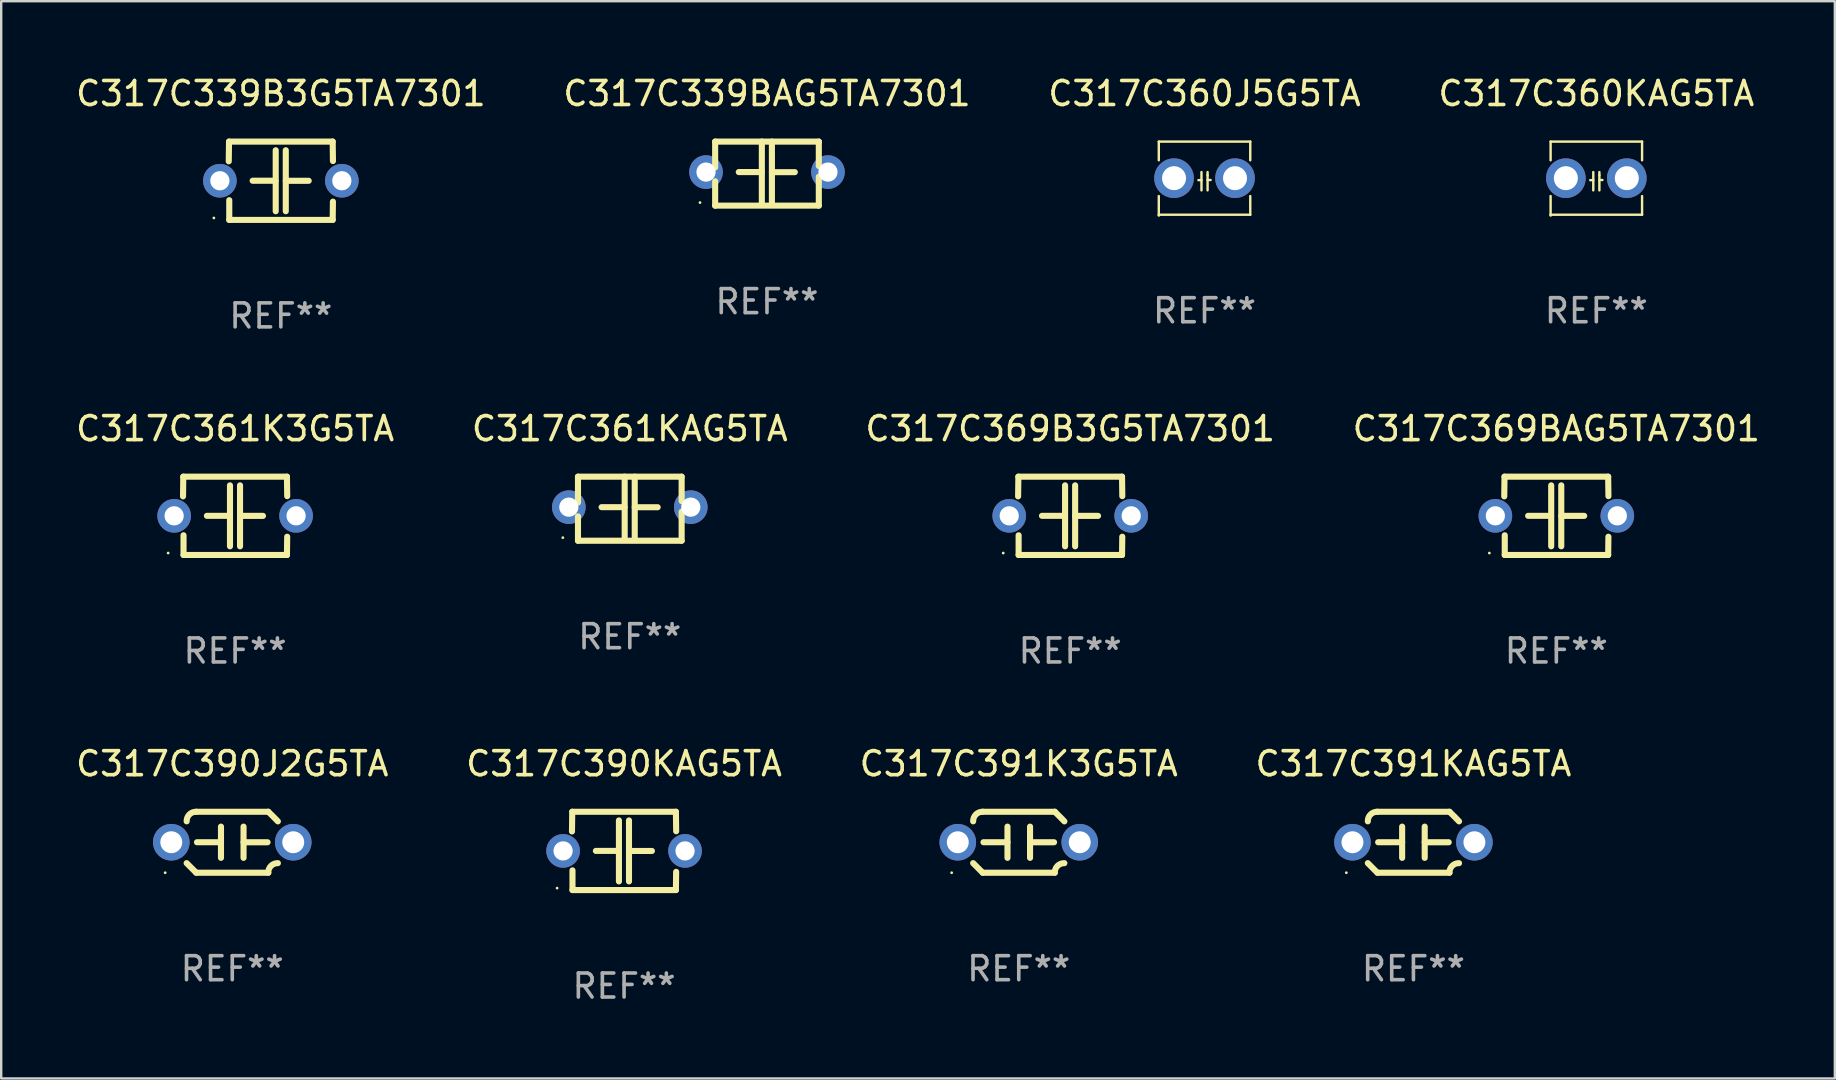
<source format=kicad_pcb>
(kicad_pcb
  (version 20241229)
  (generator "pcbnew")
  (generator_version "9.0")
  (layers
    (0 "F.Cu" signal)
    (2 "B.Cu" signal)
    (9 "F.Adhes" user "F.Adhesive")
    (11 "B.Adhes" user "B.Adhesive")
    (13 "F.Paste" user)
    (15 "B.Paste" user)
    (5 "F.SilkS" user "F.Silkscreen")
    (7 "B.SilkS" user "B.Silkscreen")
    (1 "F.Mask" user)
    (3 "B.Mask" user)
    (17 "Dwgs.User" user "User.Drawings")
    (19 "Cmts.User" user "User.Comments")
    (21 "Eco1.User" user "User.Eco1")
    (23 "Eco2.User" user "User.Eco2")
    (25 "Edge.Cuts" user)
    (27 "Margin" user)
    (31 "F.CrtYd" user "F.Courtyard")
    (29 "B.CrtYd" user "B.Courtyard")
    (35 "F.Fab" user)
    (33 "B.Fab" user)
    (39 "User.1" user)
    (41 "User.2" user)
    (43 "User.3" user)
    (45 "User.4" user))
  (footprint "C317C339BAG5TA7301"
    (layer "F.Cu")
    (at 28.899 4.182)
    (property "Reference" "C317C339BAG5TA7301" (at 0 -3.334 0) (layer "F.SilkS") (effects (font (size 1 1) (thickness 0.15))))
    (attr through_hole)
    (fp_line (start -2.159 -1.334) (end 2.159 -1.334) (stroke (width 0.254) (type solid)) (layer "F.SilkS"))
    (fp_line (start -2.159 -0.256) (end -2.159 -1.334) (stroke (width 0.254) (type solid)) (layer "F.SilkS"))
    (fp_line (start -2.159 1.334) (end -2.159 0.318) (stroke (width 0.254) (type solid)) (layer "F.SilkS"))
    (fp_line (start -0.22 -0.064) (end -1.175 -0.064) (stroke (width 0.254) (type solid)) (layer "F.SilkS"))
    (fp_line (start -0.214 -1.334) (end -0.214 1.207) (stroke (width 0.254) (type solid)) (layer "F.SilkS"))
    (fp_line (start 0.205 -1.334) (end 0.205 1.207) (stroke (width 0.254) (type solid)) (layer "F.SilkS"))
    (fp_line (start 0.205 -0.061) (end 1.16 -0.061) (stroke (width 0.254) (type solid)) (layer "F.SilkS"))
    (fp_line (start 2.159 -1.334) (end 2.159 -0.318) (stroke (width 0.254) (type solid)) (layer "F.SilkS"))
    (fp_line (start 2.159 0.129) (end 2.159 1.334) (stroke (width 0.254) (type solid)) (layer "F.SilkS"))
    (fp_line (start 2.159 1.334) (end -2.159 1.334) (stroke (width 0.254) (type solid)) (layer "F.SilkS"))
    (fp_circle (center -2.79 1.207) (end -2.76 1.207) (stroke (width 0.06) (type solid)) (fill no) (layer "F.SilkS"))
    (fp_text user "REF**" (at 0 5.334 0) (layer "F.Fab") (effects (font (size 1 1) (thickness 0.15))))
    (pad "1" thru_hole circle (at -2.54 -0.064) (size 1.4 1.4) (drill 0.8) (layers "*.Cu" "*.Mask"))
    (pad "2" thru_hole circle (at 2.54 -0.064) (size 1.4 1.4) (drill 0.8) (layers "*.Cu" "*.Mask")))
  (footprint "C317C360KAG5TA"
    (layer "F.Cu")
    (at 63.446 4.372)
    (property "Reference" "C317C360KAG5TA" (at 0 -3.524 0) (layer "F.SilkS") (effects (font (size 1 1) (thickness 0.15))))
    (attr through_hole)
    (fp_line (start -1.905 -1.524) (end -1.905 -0.745) (stroke (width 0.1) (type solid)) (layer "F.SilkS"))
    (fp_line (start -1.905 0.745) (end -1.905 1.524) (stroke (width 0.1) (type solid)) (layer "F.SilkS"))
    (fp_line (start -1.905 1.524) (end 1.905 1.524) (stroke (width 0.1) (type solid)) (layer "F.SilkS"))
    (fp_line (start -0.127 -0.254) (end -0.127 0.508) (stroke (width 0.1) (type solid)) (layer "F.SilkS"))
    (fp_line (start -0.127 0.082) (end -0.254 0.082) (stroke (width 0.1) (type solid)) (layer "F.SilkS"))
    (fp_line (start 0.127 -0.127) (end 0.127 -0.254) (stroke (width 0.1) (type solid)) (layer "F.SilkS"))
    (fp_line (start 0.127 -0.127) (end 0.127 0.508) (stroke (width 0.1) (type solid)) (layer "F.SilkS"))
    (fp_line (start 0.127 0.077) (end 0.254 0.077) (stroke (width 0.1) (type solid)) (layer "F.SilkS"))
    (fp_line (start 1.905 -1.524) (end -1.905 -1.524) (stroke (width 0.1) (type solid)) (layer "F.SilkS"))
    (fp_line (start 1.905 -0.745) (end 1.905 -1.524) (stroke (width 0.1) (type solid)) (layer "F.SilkS"))
    (fp_line (start 1.905 1.524) (end 1.905 0.745) (stroke (width 0.1) (type solid)) (layer "F.SilkS"))
    (fp_circle (center -1.9 1.55) (end -1.87 1.55) (stroke (width 0.06) (type solid)) (fill no) (layer "F.SilkS"))
    (fp_text user "REF**" (at 0 5.524 0) (layer "F.Fab") (effects (font (size 1 1) (thickness 0.15))))
    (pad "1" thru_hole circle (at -1.27 0) (size 1.65 1.65) (drill 1) (layers "*.Cu" "*.Mask"))
    (pad "2" thru_hole circle (at 1.27 0) (size 1.65 1.65) (drill 1) (layers "*.Cu" "*.Mask")))
  (footprint "C317C361K3G5TA"
    (layer "F.Cu")
    (at 6.744 18.437)
    (property "Reference" "C317C361K3G5TA" (at 0 -3.631 0) (layer "F.SilkS") (effects (font (size 1 1) (thickness 0.15))))
    (attr through_hole)
    (fp_line (start -2.17 -0.81) (end -2.159 -1.631) (stroke (width 0.254) (type solid)) (layer "F.SilkS"))
    (fp_line (start -2.159 -1.631) (end 2.159 -1.631) (stroke (width 0.254) (type solid)) (layer "F.SilkS"))
    (fp_line (start -2.149 1.631) (end -2.149 0.81) (stroke (width 0.254) (type solid)) (layer "F.SilkS"))
    (fp_line (start -0.22 0) (end -1.175 0) (stroke (width 0.254) (type solid)) (layer "F.SilkS"))
    (fp_line (start -0.214 -1.27) (end -0.214 1.27) (stroke (width 0.254) (type solid)) (layer "F.SilkS"))
    (fp_line (start 0.205 -1.27) (end 0.205 1.27) (stroke (width 0.254) (type solid)) (layer "F.SilkS"))
    (fp_line (start 0.205 0.002) (end 1.16 0.002) (stroke (width 0.254) (type solid)) (layer "F.SilkS"))
    (fp_line (start 2.159 -1.631) (end 2.17 -0.82) (stroke (width 0.254) (type solid)) (layer "F.SilkS"))
    (fp_line (start 2.159 1.631) (end -2.149 1.631) (stroke (width 0.254) (type solid)) (layer "F.SilkS"))
    (fp_line (start 2.169 0.871) (end 2.159 1.631) (stroke (width 0.254) (type solid)) (layer "F.SilkS"))
    (fp_circle (center -2.79 1.55) (end -2.76 1.55) (stroke (width 0.06) (type solid)) (fill no) (layer "F.SilkS"))
    (fp_text user "REF**" (at 0 5.631 0) (layer "F.Fab") (effects (font (size 1 1) (thickness 0.15))))
    (pad "1" thru_hole circle (at -2.54 0) (size 1.4 1.4) (drill 0.8) (layers "*.Cu" "*.Mask"))
    (pad "2" thru_hole circle (at 2.54 0) (size 1.4 1.4) (drill 0.8) (layers "*.Cu" "*.Mask")))
  (footprint "C317C360J5G5TA"
    (layer "F.Cu")
    (at 47.125 4.372)
    (property "Reference" "C317C360J5G5TA" (at 0 -3.524 0) (layer "F.SilkS") (effects (font (size 1 1) (thickness 0.15))))
    (attr through_hole)
    (fp_line (start -1.905 -1.524) (end -1.905 -0.745) (stroke (width 0.1) (type solid)) (layer "F.SilkS"))
    (fp_line (start -1.905 0.745) (end -1.905 1.524) (stroke (width 0.1) (type solid)) (layer "F.SilkS"))
    (fp_line (start -1.905 1.524) (end 1.905 1.524) (stroke (width 0.1) (type solid)) (layer "F.SilkS"))
    (fp_line (start -0.127 -0.254) (end -0.127 0.508) (stroke (width 0.1) (type solid)) (layer "F.SilkS"))
    (fp_line (start -0.127 0.082) (end -0.254 0.082) (stroke (width 0.1) (type solid)) (layer "F.SilkS"))
    (fp_line (start 0.127 -0.127) (end 0.127 -0.254) (stroke (width 0.1) (type solid)) (layer "F.SilkS"))
    (fp_line (start 0.127 -0.127) (end 0.127 0.508) (stroke (width 0.1) (type solid)) (layer "F.SilkS"))
    (fp_line (start 0.127 0.077) (end 0.254 0.077) (stroke (width 0.1) (type solid)) (layer "F.SilkS"))
    (fp_line (start 1.905 -1.524) (end -1.905 -1.524) (stroke (width 0.1) (type solid)) (layer "F.SilkS"))
    (fp_line (start 1.905 -0.745) (end 1.905 -1.524) (stroke (width 0.1) (type solid)) (layer "F.SilkS"))
    (fp_line (start 1.905 1.524) (end 1.905 0.745) (stroke (width 0.1) (type solid)) (layer "F.SilkS"))
    (fp_circle (center -1.9 1.55) (end -1.87 1.55) (stroke (width 0.06) (type solid)) (fill no) (layer "F.SilkS"))
    (fp_text user "REF**" (at 0 5.524 0) (layer "F.Fab") (effects (font (size 1 1) (thickness 0.15))))
    (pad "1" thru_hole circle (at -1.27 0) (size 1.65 1.65) (drill 1) (layers "*.Cu" "*.Mask"))
    (pad "2" thru_hole circle (at 1.27 0) (size 1.65 1.65) (drill 1) (layers "*.Cu" "*.Mask")))
  (footprint "C317C369B3G5TA7301"
    (layer "F.Cu")
    (at 41.53 18.437)
    (property "Reference" "C317C369B3G5TA7301" (at 0 -3.631 0) (layer "F.SilkS") (effects (font (size 1 1) (thickness 0.15))))
    (attr through_hole)
    (fp_line (start -2.17 -0.81) (end -2.159 -1.631) (stroke (width 0.254) (type solid)) (layer "F.SilkS"))
    (fp_line (start -2.159 -1.631) (end 2.159 -1.631) (stroke (width 0.254) (type solid)) (layer "F.SilkS"))
    (fp_line (start -2.149 1.631) (end -2.149 0.81) (stroke (width 0.254) (type solid)) (layer "F.SilkS"))
    (fp_line (start -0.22 0) (end -1.175 0) (stroke (width 0.254) (type solid)) (layer "F.SilkS"))
    (fp_line (start -0.214 -1.27) (end -0.214 1.27) (stroke (width 0.254) (type solid)) (layer "F.SilkS"))
    (fp_line (start 0.205 -1.27) (end 0.205 1.27) (stroke (width 0.254) (type solid)) (layer "F.SilkS"))
    (fp_line (start 0.205 0.002) (end 1.16 0.002) (stroke (width 0.254) (type solid)) (layer "F.SilkS"))
    (fp_line (start 2.159 -1.631) (end 2.17 -0.82) (stroke (width 0.254) (type solid)) (layer "F.SilkS"))
    (fp_line (start 2.159 1.631) (end -2.149 1.631) (stroke (width 0.254) (type solid)) (layer "F.SilkS"))
    (fp_line (start 2.169 0.871) (end 2.159 1.631) (stroke (width 0.254) (type solid)) (layer "F.SilkS"))
    (fp_circle (center -2.79 1.55) (end -2.76 1.55) (stroke (width 0.06) (type solid)) (fill no) (layer "F.SilkS"))
    (fp_text user "REF**" (at 0 5.631 0) (layer "F.Fab") (effects (font (size 1 1) (thickness 0.15))))
    (pad "1" thru_hole circle (at -2.54 0) (size 1.4 1.4) (drill 0.8) (layers "*.Cu" "*.Mask"))
    (pad "2" thru_hole circle (at 2.54 0) (size 1.4 1.4) (drill 0.8) (layers "*.Cu" "*.Mask")))
  (footprint "C317C391KAG5TA"
    (layer "F.Cu")
    (at 55.827 32.034)
    (property "Reference" "C317C391KAG5TA" (at 0 -3.27 0) (layer "F.SilkS") (effects (font (size 1 1) (thickness 0.15))))
    (attr through_hole)
    (fp_line (start -1.5 -1.27) (end 1.5 -1.27) (stroke (width 0.254) (type solid)) (layer "F.SilkS"))
    (fp_line (start -0.47 -0.65) (end -0.47 0.65) (stroke (width 0.254) (type solid)) (layer "F.SilkS"))
    (fp_line (start -0.47 -0.000381) (end -1.47 -0.000381) (stroke (width 0.254) (type solid)) (layer "F.SilkS"))
    (fp_line (start 0.47 0.000356) (end 1.47 0.000356) (stroke (width 0.254) (type solid)) (layer "F.SilkS"))
    (fp_line (start 0.47 0.65) (end 0.47 -0.65) (stroke (width 0.254) (type solid)) (layer "F.SilkS"))
    (fp_line (start 1.5 1.27) (end -1.5 1.27) (stroke (width 0.254) (type solid)) (layer "F.SilkS"))
    (fp_arc (start -1.899924 -0.871221) (mid -1.78599 -1.156887) (end -1.5 -1.270003) (stroke (width 0.254001) (type solid)) (layer "F.SilkS"))
    (fp_arc (start -1.501217 1.269929) (mid -1.700682 1.070039) (end -1.9 0.870003) (stroke (width 0.254001) (type solid)) (layer "F.SilkS"))
    (fp_arc (start 1.5 1.270003) (mid 1.614112 0.984517) (end 1.899923 0.871222) (stroke (width 0.254001) (type solid)) (layer "F.SilkS"))
    (fp_arc (start 1.501219 -1.269927) (mid 1.70319 -1.072538) (end 1.9 -0.870003) (stroke (width 0.254001) (type solid)) (layer "F.SilkS"))
    (fp_circle (center -2.795 1.27) (end -2.765 1.27) (stroke (width 0.06) (type solid)) (fill no) (layer "F.SilkS"))
    (fp_text user "REF**" (at 0 5.27 0) (layer "F.Fab") (effects (font (size 1 1) (thickness 0.15))))
    (pad "1" thru_hole circle (at -2.54 0) (size 1.524 1.524) (drill 0.914) (layers "*.Cu" "*.Mask"))
    (pad "2" thru_hole circle (at 2.54 0) (size 1.524 1.524) (drill 0.914) (layers "*.Cu" "*.Mask")))
  (footprint "C317C339B3G5TA7301"
    (layer "F.Cu")
    (at 8.649 4.479)
    (property "Reference" "C317C339B3G5TA7301" (at 0 -3.631 0) (layer "F.SilkS") (effects (font (size 1 1) (thickness 0.15))))
    (attr through_hole)
    (fp_line (start -2.17 -0.81) (end -2.159 -1.631) (stroke (width 0.254) (type solid)) (layer "F.SilkS"))
    (fp_line (start -2.159 -1.631) (end 2.159 -1.631) (stroke (width 0.254) (type solid)) (layer "F.SilkS"))
    (fp_line (start -2.149 1.631) (end -2.149 0.81) (stroke (width 0.254) (type solid)) (layer "F.SilkS"))
    (fp_line (start -0.22 0) (end -1.175 0) (stroke (width 0.254) (type solid)) (layer "F.SilkS"))
    (fp_line (start -0.214 -1.27) (end -0.214 1.27) (stroke (width 0.254) (type solid)) (layer "F.SilkS"))
    (fp_line (start 0.205 -1.27) (end 0.205 1.27) (stroke (width 0.254) (type solid)) (layer "F.SilkS"))
    (fp_line (start 0.205 0.002) (end 1.16 0.002) (stroke (width 0.254) (type solid)) (layer "F.SilkS"))
    (fp_line (start 2.159 -1.631) (end 2.17 -0.82) (stroke (width 0.254) (type solid)) (layer "F.SilkS"))
    (fp_line (start 2.159 1.631) (end -2.149 1.631) (stroke (width 0.254) (type solid)) (layer "F.SilkS"))
    (fp_line (start 2.169 0.871) (end 2.159 1.631) (stroke (width 0.254) (type solid)) (layer "F.SilkS"))
    (fp_circle (center -2.79 1.55) (end -2.76 1.55) (stroke (width 0.06) (type solid)) (fill no) (layer "F.SilkS"))
    (fp_text user "REF**" (at 0 5.631 0) (layer "F.Fab") (effects (font (size 1 1) (thickness 0.15))))
    (pad "1" thru_hole circle (at -2.54 0) (size 1.4 1.4) (drill 0.8) (layers "*.Cu" "*.Mask"))
    (pad "2" thru_hole circle (at 2.54 0) (size 1.4 1.4) (drill 0.8) (layers "*.Cu" "*.Mask")))
  (footprint "C317C369BAG5TA7301"
    (layer "F.Cu")
    (at 61.78 18.437)
    (property "Reference" "C317C369BAG5TA7301" (at 0 -3.631 0) (layer "F.SilkS") (effects (font (size 1 1) (thickness 0.15))))
    (attr through_hole)
    (fp_line (start -2.17 -0.81) (end -2.159 -1.631) (stroke (width 0.254) (type solid)) (layer "F.SilkS"))
    (fp_line (start -2.159 -1.631) (end 2.159 -1.631) (stroke (width 0.254) (type solid)) (layer "F.SilkS"))
    (fp_line (start -2.149 1.631) (end -2.149 0.81) (stroke (width 0.254) (type solid)) (layer "F.SilkS"))
    (fp_line (start -0.22 0) (end -1.175 0) (stroke (width 0.254) (type solid)) (layer "F.SilkS"))
    (fp_line (start -0.214 -1.27) (end -0.214 1.27) (stroke (width 0.254) (type solid)) (layer "F.SilkS"))
    (fp_line (start 0.205 -1.27) (end 0.205 1.27) (stroke (width 0.254) (type solid)) (layer "F.SilkS"))
    (fp_line (start 0.205 0.002) (end 1.16 0.002) (stroke (width 0.254) (type solid)) (layer "F.SilkS"))
    (fp_line (start 2.159 -1.631) (end 2.17 -0.82) (stroke (width 0.254) (type solid)) (layer "F.SilkS"))
    (fp_line (start 2.159 1.631) (end -2.149 1.631) (stroke (width 0.254) (type solid)) (layer "F.SilkS"))
    (fp_line (start 2.169 0.871) (end 2.159 1.631) (stroke (width 0.254) (type solid)) (layer "F.SilkS"))
    (fp_circle (center -2.79 1.55) (end -2.76 1.55) (stroke (width 0.06) (type solid)) (fill no) (layer "F.SilkS"))
    (fp_text user "REF**" (at 0 5.631 0) (layer "F.Fab") (effects (font (size 1 1) (thickness 0.15))))
    (pad "1" thru_hole circle (at -2.54 0) (size 1.4 1.4) (drill 0.8) (layers "*.Cu" "*.Mask"))
    (pad "2" thru_hole circle (at 2.54 0) (size 1.4 1.4) (drill 0.8) (layers "*.Cu" "*.Mask")))
  (footprint "C317C391K3G5TA"
    (layer "F.Cu")
    (at 39.387 32.034)
    (property "Reference" "C317C391K3G5TA" (at 0 -3.27 0) (layer "F.SilkS") (effects (font (size 1 1) (thickness 0.15))))
    (attr through_hole)
    (fp_line (start -1.5 -1.27) (end 1.5 -1.27) (stroke (width 0.254) (type solid)) (layer "F.SilkS"))
    (fp_line (start -0.47 -0.65) (end -0.47 0.65) (stroke (width 0.254) (type solid)) (layer "F.SilkS"))
    (fp_line (start -0.47 -0.000381) (end -1.47 -0.000381) (stroke (width 0.254) (type solid)) (layer "F.SilkS"))
    (fp_line (start 0.47 0.000356) (end 1.47 0.000356) (stroke (width 0.254) (type solid)) (layer "F.SilkS"))
    (fp_line (start 0.47 0.65) (end 0.47 -0.65) (stroke (width 0.254) (type solid)) (layer "F.SilkS"))
    (fp_line (start 1.5 1.27) (end -1.5 1.27) (stroke (width 0.254) (type solid)) (layer "F.SilkS"))
    (fp_arc (start -1.899924 -0.871221) (mid -1.78599 -1.156887) (end -1.5 -1.270003) (stroke (width 0.254001) (type solid)) (layer "F.SilkS"))
    (fp_arc (start -1.501217 1.269929) (mid -1.700682 1.070039) (end -1.9 0.870003) (stroke (width 0.254001) (type solid)) (layer "F.SilkS"))
    (fp_arc (start 1.5 1.270003) (mid 1.614112 0.984517) (end 1.899923 0.871222) (stroke (width 0.254001) (type solid)) (layer "F.SilkS"))
    (fp_arc (start 1.501219 -1.269927) (mid 1.70319 -1.072538) (end 1.9 -0.870003) (stroke (width 0.254001) (type solid)) (layer "F.SilkS"))
    (fp_circle (center -2.795 1.27) (end -2.765 1.27) (stroke (width 0.06) (type solid)) (fill no) (layer "F.SilkS"))
    (fp_text user "REF**" (at 0 5.27 0) (layer "F.Fab") (effects (font (size 1 1) (thickness 0.15))))
    (pad "1" thru_hole circle (at -2.54 0) (size 1.524 1.524) (drill 0.914) (layers "*.Cu" "*.Mask"))
    (pad "2" thru_hole circle (at 2.54 0) (size 1.524 1.524) (drill 0.914) (layers "*.Cu" "*.Mask")))
  (footprint "C317C390KAG5TA"
    (layer "F.Cu")
    (at 22.946 32.395)
    (property "Reference" "C317C390KAG5TA" (at 0 -3.631 0) (layer "F.SilkS") (effects (font (size 1 1) (thickness 0.15))))
    (attr through_hole)
    (fp_line (start -2.17 -0.81) (end -2.159 -1.631) (stroke (width 0.254) (type solid)) (layer "F.SilkS"))
    (fp_line (start -2.159 -1.631) (end 2.159 -1.631) (stroke (width 0.254) (type solid)) (layer "F.SilkS"))
    (fp_line (start -2.149 1.631) (end -2.149 0.81) (stroke (width 0.254) (type solid)) (layer "F.SilkS"))
    (fp_line (start -0.22 0) (end -1.175 0) (stroke (width 0.254) (type solid)) (layer "F.SilkS"))
    (fp_line (start -0.214 -1.27) (end -0.214 1.27) (stroke (width 0.254) (type solid)) (layer "F.SilkS"))
    (fp_line (start 0.205 -1.27) (end 0.205 1.27) (stroke (width 0.254) (type solid)) (layer "F.SilkS"))
    (fp_line (start 0.205 0.002) (end 1.16 0.002) (stroke (width 0.254) (type solid)) (layer "F.SilkS"))
    (fp_line (start 2.159 -1.631) (end 2.17 -0.82) (stroke (width 0.254) (type solid)) (layer "F.SilkS"))
    (fp_line (start 2.159 1.631) (end -2.149 1.631) (stroke (width 0.254) (type solid)) (layer "F.SilkS"))
    (fp_line (start 2.169 0.871) (end 2.159 1.631) (stroke (width 0.254) (type solid)) (layer "F.SilkS"))
    (fp_circle (center -2.79 1.55) (end -2.76 1.55) (stroke (width 0.06) (type solid)) (fill no) (layer "F.SilkS"))
    (fp_text user "REF**" (at 0 5.631 0) (layer "F.Fab") (effects (font (size 1 1) (thickness 0.15))))
    (pad "1" thru_hole circle (at -2.54 0) (size 1.4 1.4) (drill 0.8) (layers "*.Cu" "*.Mask"))
    (pad "2" thru_hole circle (at 2.54 0) (size 1.4 1.4) (drill 0.8) (layers "*.Cu" "*.Mask")))
  (footprint "C317C390J2G5TA"
    (layer "F.Cu")
    (at 6.625 32.034)
    (property "Reference" "C317C390J2G5TA" (at 0 -3.27 0) (layer "F.SilkS") (effects (font (size 1 1) (thickness 0.15))))
    (attr through_hole)
    (fp_line (start -1.5 -1.27) (end 1.5 -1.27) (stroke (width 0.254) (type solid)) (layer "F.SilkS"))
    (fp_line (start -0.47 -0.65) (end -0.47 0.65) (stroke (width 0.254) (type solid)) (layer "F.SilkS"))
    (fp_line (start -0.47 -0.000381) (end -1.47 -0.000381) (stroke (width 0.254) (type solid)) (layer "F.SilkS"))
    (fp_line (start 0.47 0.000356) (end 1.47 0.000356) (stroke (width 0.254) (type solid)) (layer "F.SilkS"))
    (fp_line (start 0.47 0.65) (end 0.47 -0.65) (stroke (width 0.254) (type solid)) (layer "F.SilkS"))
    (fp_line (start 1.5 1.27) (end -1.5 1.27) (stroke (width 0.254) (type solid)) (layer "F.SilkS"))
    (fp_arc (start -1.899924 -0.871221) (mid -1.78599 -1.156887) (end -1.5 -1.270003) (stroke (width 0.254001) (type solid)) (layer "F.SilkS"))
    (fp_arc (start -1.501217 1.269929) (mid -1.700682 1.070039) (end -1.9 0.870003) (stroke (width 0.254001) (type solid)) (layer "F.SilkS"))
    (fp_arc (start 1.5 1.270003) (mid 1.614112 0.984517) (end 1.899923 0.871222) (stroke (width 0.254001) (type solid)) (layer "F.SilkS"))
    (fp_arc (start 1.501219 -1.269927) (mid 1.70319 -1.072538) (end 1.9 -0.870003) (stroke (width 0.254001) (type solid)) (layer "F.SilkS"))
    (fp_circle (center -2.795 1.27) (end -2.765 1.27) (stroke (width 0.06) (type solid)) (fill no) (layer "F.SilkS"))
    (fp_text user "REF**" (at 0 5.27 0) (layer "F.Fab") (effects (font (size 1 1) (thickness 0.15))))
    (pad "1" thru_hole circle (at -2.54 0) (size 1.524 1.524) (drill 0.914) (layers "*.Cu" "*.Mask"))
    (pad "2" thru_hole circle (at 2.54 0) (size 1.524 1.524) (drill 0.914) (layers "*.Cu" "*.Mask")))
  (footprint "C317C361KAG5TA"
    (layer "F.Cu")
    (at 23.185 18.14)
    (property "Reference" "C317C361KAG5TA" (at 0 -3.334 0) (layer "F.SilkS") (effects (font (size 1 1) (thickness 0.15))))
    (attr through_hole)
    (fp_line (start -2.159 -1.334) (end 2.159 -1.334) (stroke (width 0.254) (type solid)) (layer "F.SilkS"))
    (fp_line (start -2.159 -0.256) (end -2.159 -1.334) (stroke (width 0.254) (type solid)) (layer "F.SilkS"))
    (fp_line (start -2.159 1.334) (end -2.159 0.318) (stroke (width 0.254) (type solid)) (layer "F.SilkS"))
    (fp_line (start -0.22 -0.064) (end -1.175 -0.064) (stroke (width 0.254) (type solid)) (layer "F.SilkS"))
    (fp_line (start -0.214 -1.334) (end -0.214 1.207) (stroke (width 0.254) (type solid)) (layer "F.SilkS"))
    (fp_line (start 0.205 -1.334) (end 0.205 1.207) (stroke (width 0.254) (type solid)) (layer "F.SilkS"))
    (fp_line (start 0.205 -0.061) (end 1.16 -0.061) (stroke (width 0.254) (type solid)) (layer "F.SilkS"))
    (fp_line (start 2.159 -1.334) (end 2.159 -0.318) (stroke (width 0.254) (type solid)) (layer "F.SilkS"))
    (fp_line (start 2.159 0.129) (end 2.159 1.334) (stroke (width 0.254) (type solid)) (layer "F.SilkS"))
    (fp_line (start 2.159 1.334) (end -2.159 1.334) (stroke (width 0.254) (type solid)) (layer "F.SilkS"))
    (fp_circle (center -2.79 1.207) (end -2.76 1.207) (stroke (width 0.06) (type solid)) (fill no) (layer "F.SilkS"))
    (fp_text user "REF**" (at 0 5.334 0) (layer "F.Fab") (effects (font (size 1 1) (thickness 0.15))))
    (pad "1" thru_hole circle (at -2.54 -0.064) (size 1.4 1.4) (drill 0.8) (layers "*.Cu" "*.Mask"))
    (pad "2" thru_hole circle (at 2.54 -0.064) (size 1.4 1.4) (drill 0.8) (layers "*.Cu" "*.Mask")))
  (gr_rect
    (start -3 -3)
    (end 73.381 41.874)
    (stroke (width 0.1) (type default))
    (fill no)
    (layer "Edge.Cuts")))
</source>
